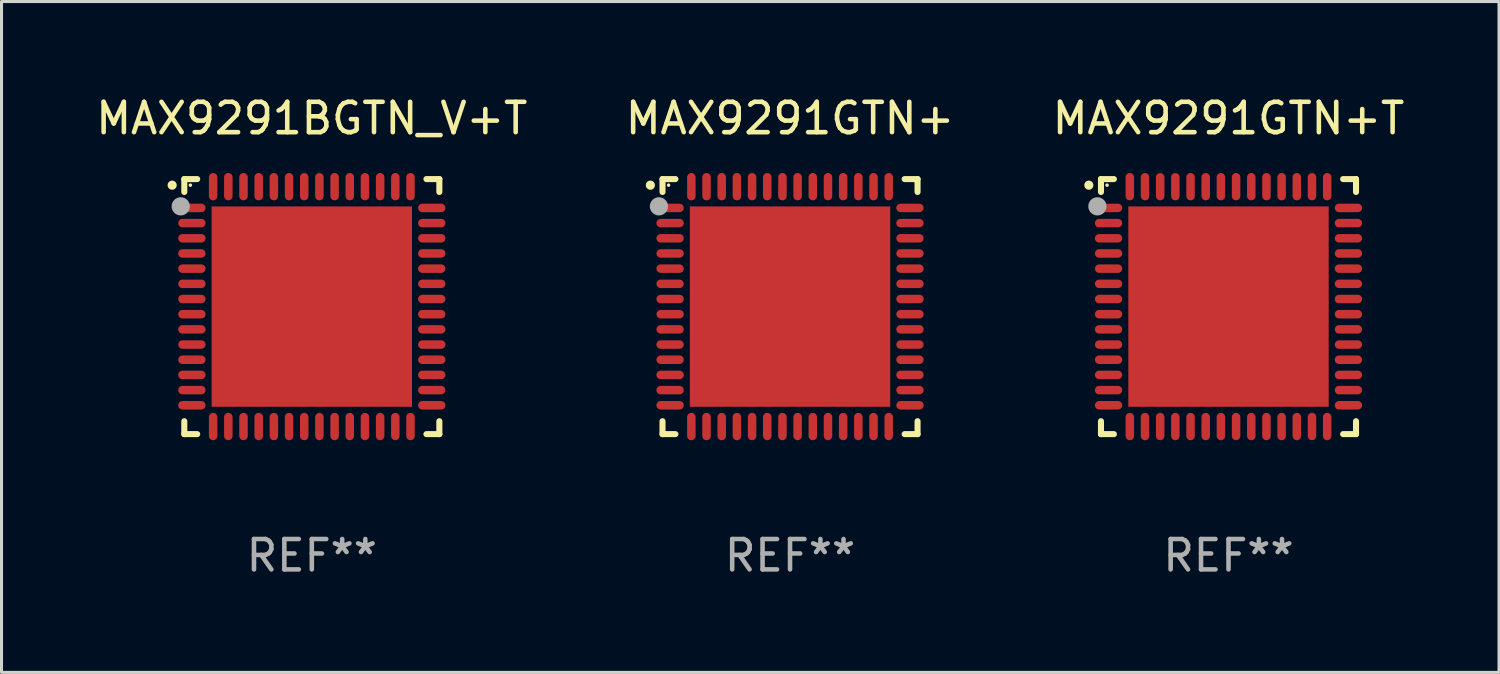
<source format=kicad_pcb>
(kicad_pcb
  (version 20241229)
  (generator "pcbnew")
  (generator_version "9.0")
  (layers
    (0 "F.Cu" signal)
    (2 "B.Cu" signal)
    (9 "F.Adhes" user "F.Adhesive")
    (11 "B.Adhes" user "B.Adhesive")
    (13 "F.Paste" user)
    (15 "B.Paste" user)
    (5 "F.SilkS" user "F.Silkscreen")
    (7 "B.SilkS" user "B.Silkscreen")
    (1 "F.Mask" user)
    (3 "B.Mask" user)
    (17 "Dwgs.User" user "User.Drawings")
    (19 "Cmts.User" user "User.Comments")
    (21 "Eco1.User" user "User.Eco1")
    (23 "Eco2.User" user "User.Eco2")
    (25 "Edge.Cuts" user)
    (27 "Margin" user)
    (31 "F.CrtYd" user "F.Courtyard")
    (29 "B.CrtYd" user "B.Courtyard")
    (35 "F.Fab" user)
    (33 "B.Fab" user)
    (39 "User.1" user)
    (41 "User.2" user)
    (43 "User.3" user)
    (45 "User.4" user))
  (footprint "MAX9291GTN+T"
    (layer "F.Cu")
    (at 37.411 7.048)
    (property "Reference" "MAX9291GTN+T" (at 0 -6.2 0) (layer "F.SilkS") (effects (font (size 1 1) (thickness 0.15))))
    (attr through_hole)
    (fp_line (start -4.2 -4.2) (end -3.775 -4.2) (stroke (width 0.2) (type solid)) (layer "F.SilkS"))
    (fp_line (start -4.2 -3.775) (end -4.2 -4.2) (stroke (width 0.2) (type solid)) (layer "F.SilkS"))
    (fp_line (start -4.2 3.775) (end -4.2 4.2) (stroke (width 0.2) (type solid)) (layer "F.SilkS"))
    (fp_line (start -4.2 4.2) (end -3.775 4.2) (stroke (width 0.2) (type solid)) (layer "F.SilkS"))
    (fp_line (start 3.775 4.2) (end 4.2 4.2) (stroke (width 0.2) (type solid)) (layer "F.SilkS"))
    (fp_line (start 4.2 -4.2) (end 3.775 -4.2) (stroke (width 0.2) (type solid)) (layer "F.SilkS"))
    (fp_line (start 4.2 -3.775) (end 4.2 -4.2) (stroke (width 0.2) (type solid)) (layer "F.SilkS"))
    (fp_line (start 4.2 4.2) (end 4.2 3.775) (stroke (width 0.2) (type solid)) (layer "F.SilkS"))
    (fp_arc (start -4.599949 -3.997968) (mid -4.599954 -3.999238) (end -4.599949 -4.000508) (stroke (width 0.3) (type solid)) (layer "F.SilkS"))
    (fp_circle (center -4 -4) (end -3.97 -4) (stroke (width 0.06) (type solid)) (fill no) (layer "F.SilkS"))
    (fp_circle (center -4.318 -3.302) (end -4.168 -3.302) (stroke (width 0.3) (type solid)) (fill no) (layer "F.Fab"))
    (fp_text user "REF**" (at 0 8.2 0) (layer "F.Fab") (effects (font (size 1 1) (thickness 0.15))))
    (pad "1" smd oval (at -3.95 -3.25 90) (size 0.28 0.9) (layers "F.Cu" "F.Mask" "F.Paste"))
    (pad "2" smd oval (at -3.95 -2.75 90) (size 0.28 0.9) (layers "F.Cu" "F.Mask" "F.Paste"))
    (pad "3" smd oval (at -3.95 -2.25 90) (size 0.28 0.9) (layers "F.Cu" "F.Mask" "F.Paste"))
    (pad "4" smd oval (at -3.95 -1.75 90) (size 0.28 0.9) (layers "F.Cu" "F.Mask" "F.Paste"))
    (pad "5" smd oval (at -3.95 -1.25 90) (size 0.28 0.9) (layers "F.Cu" "F.Mask" "F.Paste"))
    (pad "6" smd oval (at -3.95 -0.75 90) (size 0.28 0.9) (layers "F.Cu" "F.Mask" "F.Paste"))
    (pad "7" smd oval (at -3.95 -0.25 90) (size 0.28 0.9) (layers "F.Cu" "F.Mask" "F.Paste"))
    (pad "8" smd oval (at -3.95 0.25 90) (size 0.28 0.9) (layers "F.Cu" "F.Mask" "F.Paste"))
    (pad "9" smd oval (at -3.95 0.75 90) (size 0.28 0.9) (layers "F.Cu" "F.Mask" "F.Paste"))
    (pad "10" smd oval (at -3.95 1.25 90) (size 0.28 0.9) (layers "F.Cu" "F.Mask" "F.Paste"))
    (pad "11" smd oval (at -3.95 1.75 90) (size 0.28 0.9) (layers "F.Cu" "F.Mask" "F.Paste"))
    (pad "12" smd oval (at -3.95 2.25 90) (size 0.28 0.9) (layers "F.Cu" "F.Mask" "F.Paste"))
    (pad "13" smd oval (at -3.95 2.75 90) (size 0.28 0.9) (layers "F.Cu" "F.Mask" "F.Paste"))
    (pad "14" smd oval (at -3.95 3.25 90) (size 0.28 0.9) (layers "F.Cu" "F.Mask" "F.Paste"))
    (pad "15" smd oval (at -3.25 3.95) (size 0.28 0.9) (layers "F.Cu" "F.Mask" "F.Paste"))
    (pad "16" smd oval (at -2.75 3.95) (size 0.28 0.9) (layers "F.Cu" "F.Mask" "F.Paste"))
    (pad "17" smd oval (at -2.25 3.95) (size 0.28 0.9) (layers "F.Cu" "F.Mask" "F.Paste"))
    (pad "18" smd oval (at -1.75 3.95) (size 0.28 0.9) (layers "F.Cu" "F.Mask" "F.Paste"))
    (pad "19" smd oval (at -1.25 3.95) (size 0.28 0.9) (layers "F.Cu" "F.Mask" "F.Paste"))
    (pad "20" smd oval (at -0.75 3.95) (size 0.28 0.9) (layers "F.Cu" "F.Mask" "F.Paste"))
    (pad "21" smd oval (at -0.25 3.95) (size 0.28 0.9) (layers "F.Cu" "F.Mask" "F.Paste"))
    (pad "22" smd oval (at 0.25 3.95) (size 0.28 0.9) (layers "F.Cu" "F.Mask" "F.Paste"))
    (pad "23" smd oval (at 0.75 3.95) (size 0.28 0.9) (layers "F.Cu" "F.Mask" "F.Paste"))
    (pad "24" smd oval (at 1.25 3.95) (size 0.28 0.9) (layers "F.Cu" "F.Mask" "F.Paste"))
    (pad "25" smd oval (at 1.75 3.95) (size 0.28 0.9) (layers "F.Cu" "F.Mask" "F.Paste"))
    (pad "26" smd oval (at 2.25 3.95) (size 0.28 0.9) (layers "F.Cu" "F.Mask" "F.Paste"))
    (pad "27" smd oval (at 2.75 3.95) (size 0.28 0.9) (layers "F.Cu" "F.Mask" "F.Paste"))
    (pad "28" smd oval (at 3.25 3.95) (size 0.28 0.9) (layers "F.Cu" "F.Mask" "F.Paste"))
    (pad "29" smd oval (at 3.95 3.25 90) (size 0.28 0.9) (layers "F.Cu" "F.Mask" "F.Paste"))
    (pad "30" smd oval (at 3.95 2.75 90) (size 0.28 0.9) (layers "F.Cu" "F.Mask" "F.Paste"))
    (pad "31" smd oval (at 3.95 2.25 90) (size 0.28 0.9) (layers "F.Cu" "F.Mask" "F.Paste"))
    (pad "32" smd oval (at 3.95 1.75 90) (size 0.28 0.9) (layers "F.Cu" "F.Mask" "F.Paste"))
    (pad "33" smd oval (at 3.95 1.25 90) (size 0.28 0.9) (layers "F.Cu" "F.Mask" "F.Paste"))
    (pad "34" smd oval (at 3.95 0.75 90) (size 0.28 0.9) (layers "F.Cu" "F.Mask" "F.Paste"))
    (pad "35" smd oval (at 3.95 0.25 90) (size 0.28 0.9) (layers "F.Cu" "F.Mask" "F.Paste"))
    (pad "36" smd oval (at 3.95 -0.25 90) (size 0.28 0.9) (layers "F.Cu" "F.Mask" "F.Paste"))
    (pad "37" smd oval (at 3.95 -0.75 90) (size 0.28 0.9) (layers "F.Cu" "F.Mask" "F.Paste"))
    (pad "38" smd oval (at 3.95 -1.25 90) (size 0.28 0.9) (layers "F.Cu" "F.Mask" "F.Paste"))
    (pad "39" smd oval (at 3.95 -1.75 90) (size 0.28 0.9) (layers "F.Cu" "F.Mask" "F.Paste"))
    (pad "40" smd oval (at 3.95 -2.25 90) (size 0.28 0.9) (layers "F.Cu" "F.Mask" "F.Paste"))
    (pad "41" smd oval (at 3.95 -2.75 90) (size 0.28 0.9) (layers "F.Cu" "F.Mask" "F.Paste"))
    (pad "42" smd oval (at 3.95 -3.25 90) (size 0.28 0.9) (layers "F.Cu" "F.Mask" "F.Paste"))
    (pad "43" smd oval (at 3.25 -3.95) (size 0.28 0.9) (layers "F.Cu" "F.Mask" "F.Paste"))
    (pad "44" smd oval (at 2.75 -3.95) (size 0.28 0.9) (layers "F.Cu" "F.Mask" "F.Paste"))
    (pad "45" smd oval (at 2.25 -3.95) (size 0.28 0.9) (layers "F.Cu" "F.Mask" "F.Paste"))
    (pad "46" smd oval (at 1.75 -3.95) (size 0.28 0.9) (layers "F.Cu" "F.Mask" "F.Paste"))
    (pad "47" smd oval (at 1.25 -3.95) (size 0.28 0.9) (layers "F.Cu" "F.Mask" "F.Paste"))
    (pad "48" smd oval (at 0.75 -3.95) (size 0.28 0.9) (layers "F.Cu" "F.Mask" "F.Paste"))
    (pad "49" smd oval (at 0.25 -3.95) (size 0.28 0.9) (layers "F.Cu" "F.Mask" "F.Paste"))
    (pad "50" smd oval (at -0.25 -3.95) (size 0.28 0.9) (layers "F.Cu" "F.Mask" "F.Paste"))
    (pad "51" smd oval (at -0.75 -3.95) (size 0.28 0.9) (layers "F.Cu" "F.Mask" "F.Paste"))
    (pad "52" smd oval (at -1.25 -3.95) (size 0.28 0.9) (layers "F.Cu" "F.Mask" "F.Paste"))
    (pad "53" smd oval (at -1.75 -3.95) (size 0.28 0.9) (layers "F.Cu" "F.Mask" "F.Paste"))
    (pad "54" smd oval (at -2.25 -3.95) (size 0.28 0.9) (layers "F.Cu" "F.Mask" "F.Paste"))
    (pad "55" smd oval (at -2.75 -3.95) (size 0.28 0.9) (layers "F.Cu" "F.Mask" "F.Paste"))
    (pad "56" smd oval (at -3.25 -3.95) (size 0.28 0.9) (layers "F.Cu" "F.Mask" "F.Paste"))
    (pad "57" smd rect (at 0 0.000051) (size 6.6 6.6) (layers "F.Cu" "F.Mask" "F.Paste")))
  (footprint "MAX9291BGTN_V+T"
    (layer "F.Cu")
    (at 7.22 7.048)
    (property "Reference" "MAX9291BGTN_V+T" (at 0 -6.2 0) (layer "F.SilkS") (effects (font (size 1 1) (thickness 0.15))))
    (attr through_hole)
    (fp_line (start -4.2 -4.2) (end -3.775 -4.2) (stroke (width 0.2) (type solid)) (layer "F.SilkS"))
    (fp_line (start -4.2 -3.775) (end -4.2 -4.2) (stroke (width 0.2) (type solid)) (layer "F.SilkS"))
    (fp_line (start -4.2 3.775) (end -4.2 4.2) (stroke (width 0.2) (type solid)) (layer "F.SilkS"))
    (fp_line (start -4.2 4.2) (end -3.775 4.2) (stroke (width 0.2) (type solid)) (layer "F.SilkS"))
    (fp_line (start 3.775 4.2) (end 4.2 4.2) (stroke (width 0.2) (type solid)) (layer "F.SilkS"))
    (fp_line (start 4.2 -4.2) (end 3.775 -4.2) (stroke (width 0.2) (type solid)) (layer "F.SilkS"))
    (fp_line (start 4.2 -3.775) (end 4.2 -4.2) (stroke (width 0.2) (type solid)) (layer "F.SilkS"))
    (fp_line (start 4.2 4.2) (end 4.2 3.775) (stroke (width 0.2) (type solid)) (layer "F.SilkS"))
    (fp_arc (start -4.599949 -3.997968) (mid -4.599954 -3.999238) (end -4.599949 -4.000508) (stroke (width 0.3) (type solid)) (layer "F.SilkS"))
    (fp_circle (center -4 -4) (end -3.97 -4) (stroke (width 0.06) (type solid)) (fill no) (layer "F.SilkS"))
    (fp_circle (center -4.318 -3.302) (end -4.168 -3.302) (stroke (width 0.3) (type solid)) (fill no) (layer "F.Fab"))
    (fp_text user "REF**" (at 0 8.2 0) (layer "F.Fab") (effects (font (size 1 1) (thickness 0.15))))
    (pad "1" smd oval (at -3.95 -3.25 90) (size 0.28 0.9) (layers "F.Cu" "F.Mask" "F.Paste"))
    (pad "2" smd oval (at -3.95 -2.75 90) (size 0.28 0.9) (layers "F.Cu" "F.Mask" "F.Paste"))
    (pad "3" smd oval (at -3.95 -2.25 90) (size 0.28 0.9) (layers "F.Cu" "F.Mask" "F.Paste"))
    (pad "4" smd oval (at -3.95 -1.75 90) (size 0.28 0.9) (layers "F.Cu" "F.Mask" "F.Paste"))
    (pad "5" smd oval (at -3.95 -1.25 90) (size 0.28 0.9) (layers "F.Cu" "F.Mask" "F.Paste"))
    (pad "6" smd oval (at -3.95 -0.75 90) (size 0.28 0.9) (layers "F.Cu" "F.Mask" "F.Paste"))
    (pad "7" smd oval (at -3.95 -0.25 90) (size 0.28 0.9) (layers "F.Cu" "F.Mask" "F.Paste"))
    (pad "8" smd oval (at -3.95 0.25 90) (size 0.28 0.9) (layers "F.Cu" "F.Mask" "F.Paste"))
    (pad "9" smd oval (at -3.95 0.75 90) (size 0.28 0.9) (layers "F.Cu" "F.Mask" "F.Paste"))
    (pad "10" smd oval (at -3.95 1.25 90) (size 0.28 0.9) (layers "F.Cu" "F.Mask" "F.Paste"))
    (pad "11" smd oval (at -3.95 1.75 90) (size 0.28 0.9) (layers "F.Cu" "F.Mask" "F.Paste"))
    (pad "12" smd oval (at -3.95 2.25 90) (size 0.28 0.9) (layers "F.Cu" "F.Mask" "F.Paste"))
    (pad "13" smd oval (at -3.95 2.75 90) (size 0.28 0.9) (layers "F.Cu" "F.Mask" "F.Paste"))
    (pad "14" smd oval (at -3.95 3.25 90) (size 0.28 0.9) (layers "F.Cu" "F.Mask" "F.Paste"))
    (pad "15" smd oval (at -3.25 3.95) (size 0.28 0.9) (layers "F.Cu" "F.Mask" "F.Paste"))
    (pad "16" smd oval (at -2.75 3.95) (size 0.28 0.9) (layers "F.Cu" "F.Mask" "F.Paste"))
    (pad "17" smd oval (at -2.25 3.95) (size 0.28 0.9) (layers "F.Cu" "F.Mask" "F.Paste"))
    (pad "18" smd oval (at -1.75 3.95) (size 0.28 0.9) (layers "F.Cu" "F.Mask" "F.Paste"))
    (pad "19" smd oval (at -1.25 3.95) (size 0.28 0.9) (layers "F.Cu" "F.Mask" "F.Paste"))
    (pad "20" smd oval (at -0.75 3.95) (size 0.28 0.9) (layers "F.Cu" "F.Mask" "F.Paste"))
    (pad "21" smd oval (at -0.25 3.95) (size 0.28 0.9) (layers "F.Cu" "F.Mask" "F.Paste"))
    (pad "22" smd oval (at 0.25 3.95) (size 0.28 0.9) (layers "F.Cu" "F.Mask" "F.Paste"))
    (pad "23" smd oval (at 0.75 3.95) (size 0.28 0.9) (layers "F.Cu" "F.Mask" "F.Paste"))
    (pad "24" smd oval (at 1.25 3.95) (size 0.28 0.9) (layers "F.Cu" "F.Mask" "F.Paste"))
    (pad "25" smd oval (at 1.75 3.95) (size 0.28 0.9) (layers "F.Cu" "F.Mask" "F.Paste"))
    (pad "26" smd oval (at 2.25 3.95) (size 0.28 0.9) (layers "F.Cu" "F.Mask" "F.Paste"))
    (pad "27" smd oval (at 2.75 3.95) (size 0.28 0.9) (layers "F.Cu" "F.Mask" "F.Paste"))
    (pad "28" smd oval (at 3.25 3.95) (size 0.28 0.9) (layers "F.Cu" "F.Mask" "F.Paste"))
    (pad "29" smd oval (at 3.95 3.25 90) (size 0.28 0.9) (layers "F.Cu" "F.Mask" "F.Paste"))
    (pad "30" smd oval (at 3.95 2.75 90) (size 0.28 0.9) (layers "F.Cu" "F.Mask" "F.Paste"))
    (pad "31" smd oval (at 3.95 2.25 90) (size 0.28 0.9) (layers "F.Cu" "F.Mask" "F.Paste"))
    (pad "32" smd oval (at 3.95 1.75 90) (size 0.28 0.9) (layers "F.Cu" "F.Mask" "F.Paste"))
    (pad "33" smd oval (at 3.95 1.25 90) (size 0.28 0.9) (layers "F.Cu" "F.Mask" "F.Paste"))
    (pad "34" smd oval (at 3.95 0.75 90) (size 0.28 0.9) (layers "F.Cu" "F.Mask" "F.Paste"))
    (pad "35" smd oval (at 3.95 0.25 90) (size 0.28 0.9) (layers "F.Cu" "F.Mask" "F.Paste"))
    (pad "36" smd oval (at 3.95 -0.25 90) (size 0.28 0.9) (layers "F.Cu" "F.Mask" "F.Paste"))
    (pad "37" smd oval (at 3.95 -0.75 90) (size 0.28 0.9) (layers "F.Cu" "F.Mask" "F.Paste"))
    (pad "38" smd oval (at 3.95 -1.25 90) (size 0.28 0.9) (layers "F.Cu" "F.Mask" "F.Paste"))
    (pad "39" smd oval (at 3.95 -1.75 90) (size 0.28 0.9) (layers "F.Cu" "F.Mask" "F.Paste"))
    (pad "40" smd oval (at 3.95 -2.25 90) (size 0.28 0.9) (layers "F.Cu" "F.Mask" "F.Paste"))
    (pad "41" smd oval (at 3.95 -2.75 90) (size 0.28 0.9) (layers "F.Cu" "F.Mask" "F.Paste"))
    (pad "42" smd oval (at 3.95 -3.25 90) (size 0.28 0.9) (layers "F.Cu" "F.Mask" "F.Paste"))
    (pad "43" smd oval (at 3.25 -3.95) (size 0.28 0.9) (layers "F.Cu" "F.Mask" "F.Paste"))
    (pad "44" smd oval (at 2.75 -3.95) (size 0.28 0.9) (layers "F.Cu" "F.Mask" "F.Paste"))
    (pad "45" smd oval (at 2.25 -3.95) (size 0.28 0.9) (layers "F.Cu" "F.Mask" "F.Paste"))
    (pad "46" smd oval (at 1.75 -3.95) (size 0.28 0.9) (layers "F.Cu" "F.Mask" "F.Paste"))
    (pad "47" smd oval (at 1.25 -3.95) (size 0.28 0.9) (layers "F.Cu" "F.Mask" "F.Paste"))
    (pad "48" smd oval (at 0.75 -3.95) (size 0.28 0.9) (layers "F.Cu" "F.Mask" "F.Paste"))
    (pad "49" smd oval (at 0.25 -3.95) (size 0.28 0.9) (layers "F.Cu" "F.Mask" "F.Paste"))
    (pad "50" smd oval (at -0.25 -3.95) (size 0.28 0.9) (layers "F.Cu" "F.Mask" "F.Paste"))
    (pad "51" smd oval (at -0.75 -3.95) (size 0.28 0.9) (layers "F.Cu" "F.Mask" "F.Paste"))
    (pad "52" smd oval (at -1.25 -3.95) (size 0.28 0.9) (layers "F.Cu" "F.Mask" "F.Paste"))
    (pad "53" smd oval (at -1.75 -3.95) (size 0.28 0.9) (layers "F.Cu" "F.Mask" "F.Paste"))
    (pad "54" smd oval (at -2.25 -3.95) (size 0.28 0.9) (layers "F.Cu" "F.Mask" "F.Paste"))
    (pad "55" smd oval (at -2.75 -3.95) (size 0.28 0.9) (layers "F.Cu" "F.Mask" "F.Paste"))
    (pad "56" smd oval (at -3.25 -3.95) (size 0.28 0.9) (layers "F.Cu" "F.Mask" "F.Paste"))
    (pad "57" smd rect (at 0 0.000051) (size 6.6 6.6) (layers "F.Cu" "F.Mask" "F.Paste")))
  (footprint "MAX9291GTN+"
    (layer "F.Cu")
    (at 22.97 7.048)
    (property "Reference" "MAX9291GTN+" (at 0 -6.2 0) (layer "F.SilkS") (effects (font (size 1 1) (thickness 0.15))))
    (attr through_hole)
    (fp_line (start -4.2 -4.2) (end -3.775 -4.2) (stroke (width 0.2) (type solid)) (layer "F.SilkS"))
    (fp_line (start -4.2 -3.775) (end -4.2 -4.2) (stroke (width 0.2) (type solid)) (layer "F.SilkS"))
    (fp_line (start -4.2 3.775) (end -4.2 4.2) (stroke (width 0.2) (type solid)) (layer "F.SilkS"))
    (fp_line (start -4.2 4.2) (end -3.775 4.2) (stroke (width 0.2) (type solid)) (layer "F.SilkS"))
    (fp_line (start 3.775 4.2) (end 4.2 4.2) (stroke (width 0.2) (type solid)) (layer "F.SilkS"))
    (fp_line (start 4.2 -4.2) (end 3.775 -4.2) (stroke (width 0.2) (type solid)) (layer "F.SilkS"))
    (fp_line (start 4.2 -3.775) (end 4.2 -4.2) (stroke (width 0.2) (type solid)) (layer "F.SilkS"))
    (fp_line (start 4.2 4.2) (end 4.2 3.775) (stroke (width 0.2) (type solid)) (layer "F.SilkS"))
    (fp_arc (start -4.599949 -3.997968) (mid -4.599954 -3.999238) (end -4.599949 -4.000508) (stroke (width 0.3) (type solid)) (layer "F.SilkS"))
    (fp_circle (center -4 -4) (end -3.97 -4) (stroke (width 0.06) (type solid)) (fill no) (layer "F.SilkS"))
    (fp_circle (center -4.318 -3.302) (end -4.168 -3.302) (stroke (width 0.3) (type solid)) (fill no) (layer "F.Fab"))
    (fp_text user "REF**" (at 0 8.2 0) (layer "F.Fab") (effects (font (size 1 1) (thickness 0.15))))
    (pad "1" smd oval (at -3.95 -3.25 90) (size 0.28 0.9) (layers "F.Cu" "F.Mask" "F.Paste"))
    (pad "2" smd oval (at -3.95 -2.75 90) (size 0.28 0.9) (layers "F.Cu" "F.Mask" "F.Paste"))
    (pad "3" smd oval (at -3.95 -2.25 90) (size 0.28 0.9) (layers "F.Cu" "F.Mask" "F.Paste"))
    (pad "4" smd oval (at -3.95 -1.75 90) (size 0.28 0.9) (layers "F.Cu" "F.Mask" "F.Paste"))
    (pad "5" smd oval (at -3.95 -1.25 90) (size 0.28 0.9) (layers "F.Cu" "F.Mask" "F.Paste"))
    (pad "6" smd oval (at -3.95 -0.75 90) (size 0.28 0.9) (layers "F.Cu" "F.Mask" "F.Paste"))
    (pad "7" smd oval (at -3.95 -0.25 90) (size 0.28 0.9) (layers "F.Cu" "F.Mask" "F.Paste"))
    (pad "8" smd oval (at -3.95 0.25 90) (size 0.28 0.9) (layers "F.Cu" "F.Mask" "F.Paste"))
    (pad "9" smd oval (at -3.95 0.75 90) (size 0.28 0.9) (layers "F.Cu" "F.Mask" "F.Paste"))
    (pad "10" smd oval (at -3.95 1.25 90) (size 0.28 0.9) (layers "F.Cu" "F.Mask" "F.Paste"))
    (pad "11" smd oval (at -3.95 1.75 90) (size 0.28 0.9) (layers "F.Cu" "F.Mask" "F.Paste"))
    (pad "12" smd oval (at -3.95 2.25 90) (size 0.28 0.9) (layers "F.Cu" "F.Mask" "F.Paste"))
    (pad "13" smd oval (at -3.95 2.75 90) (size 0.28 0.9) (layers "F.Cu" "F.Mask" "F.Paste"))
    (pad "14" smd oval (at -3.95 3.25 90) (size 0.28 0.9) (layers "F.Cu" "F.Mask" "F.Paste"))
    (pad "15" smd oval (at -3.25 3.95) (size 0.28 0.9) (layers "F.Cu" "F.Mask" "F.Paste"))
    (pad "16" smd oval (at -2.75 3.95) (size 0.28 0.9) (layers "F.Cu" "F.Mask" "F.Paste"))
    (pad "17" smd oval (at -2.25 3.95) (size 0.28 0.9) (layers "F.Cu" "F.Mask" "F.Paste"))
    (pad "18" smd oval (at -1.75 3.95) (size 0.28 0.9) (layers "F.Cu" "F.Mask" "F.Paste"))
    (pad "19" smd oval (at -1.25 3.95) (size 0.28 0.9) (layers "F.Cu" "F.Mask" "F.Paste"))
    (pad "20" smd oval (at -0.75 3.95) (size 0.28 0.9) (layers "F.Cu" "F.Mask" "F.Paste"))
    (pad "21" smd oval (at -0.25 3.95) (size 0.28 0.9) (layers "F.Cu" "F.Mask" "F.Paste"))
    (pad "22" smd oval (at 0.25 3.95) (size 0.28 0.9) (layers "F.Cu" "F.Mask" "F.Paste"))
    (pad "23" smd oval (at 0.75 3.95) (size 0.28 0.9) (layers "F.Cu" "F.Mask" "F.Paste"))
    (pad "24" smd oval (at 1.25 3.95) (size 0.28 0.9) (layers "F.Cu" "F.Mask" "F.Paste"))
    (pad "25" smd oval (at 1.75 3.95) (size 0.28 0.9) (layers "F.Cu" "F.Mask" "F.Paste"))
    (pad "26" smd oval (at 2.25 3.95) (size 0.28 0.9) (layers "F.Cu" "F.Mask" "F.Paste"))
    (pad "27" smd oval (at 2.75 3.95) (size 0.28 0.9) (layers "F.Cu" "F.Mask" "F.Paste"))
    (pad "28" smd oval (at 3.25 3.95) (size 0.28 0.9) (layers "F.Cu" "F.Mask" "F.Paste"))
    (pad "29" smd oval (at 3.95 3.25 90) (size 0.28 0.9) (layers "F.Cu" "F.Mask" "F.Paste"))
    (pad "30" smd oval (at 3.95 2.75 90) (size 0.28 0.9) (layers "F.Cu" "F.Mask" "F.Paste"))
    (pad "31" smd oval (at 3.95 2.25 90) (size 0.28 0.9) (layers "F.Cu" "F.Mask" "F.Paste"))
    (pad "32" smd oval (at 3.95 1.75 90) (size 0.28 0.9) (layers "F.Cu" "F.Mask" "F.Paste"))
    (pad "33" smd oval (at 3.95 1.25 90) (size 0.28 0.9) (layers "F.Cu" "F.Mask" "F.Paste"))
    (pad "34" smd oval (at 3.95 0.75 90) (size 0.28 0.9) (layers "F.Cu" "F.Mask" "F.Paste"))
    (pad "35" smd oval (at 3.95 0.25 90) (size 0.28 0.9) (layers "F.Cu" "F.Mask" "F.Paste"))
    (pad "36" smd oval (at 3.95 -0.25 90) (size 0.28 0.9) (layers "F.Cu" "F.Mask" "F.Paste"))
    (pad "37" smd oval (at 3.95 -0.75 90) (size 0.28 0.9) (layers "F.Cu" "F.Mask" "F.Paste"))
    (pad "38" smd oval (at 3.95 -1.25 90) (size 0.28 0.9) (layers "F.Cu" "F.Mask" "F.Paste"))
    (pad "39" smd oval (at 3.95 -1.75 90) (size 0.28 0.9) (layers "F.Cu" "F.Mask" "F.Paste"))
    (pad "40" smd oval (at 3.95 -2.25 90) (size 0.28 0.9) (layers "F.Cu" "F.Mask" "F.Paste"))
    (pad "41" smd oval (at 3.95 -2.75 90) (size 0.28 0.9) (layers "F.Cu" "F.Mask" "F.Paste"))
    (pad "42" smd oval (at 3.95 -3.25 90) (size 0.28 0.9) (layers "F.Cu" "F.Mask" "F.Paste"))
    (pad "43" smd oval (at 3.25 -3.95) (size 0.28 0.9) (layers "F.Cu" "F.Mask" "F.Paste"))
    (pad "44" smd oval (at 2.75 -3.95) (size 0.28 0.9) (layers "F.Cu" "F.Mask" "F.Paste"))
    (pad "45" smd oval (at 2.25 -3.95) (size 0.28 0.9) (layers "F.Cu" "F.Mask" "F.Paste"))
    (pad "46" smd oval (at 1.75 -3.95) (size 0.28 0.9) (layers "F.Cu" "F.Mask" "F.Paste"))
    (pad "47" smd oval (at 1.25 -3.95) (size 0.28 0.9) (layers "F.Cu" "F.Mask" "F.Paste"))
    (pad "48" smd oval (at 0.75 -3.95) (size 0.28 0.9) (layers "F.Cu" "F.Mask" "F.Paste"))
    (pad "49" smd oval (at 0.25 -3.95) (size 0.28 0.9) (layers "F.Cu" "F.Mask" "F.Paste"))
    (pad "50" smd oval (at -0.25 -3.95) (size 0.28 0.9) (layers "F.Cu" "F.Mask" "F.Paste"))
    (pad "51" smd oval (at -0.75 -3.95) (size 0.28 0.9) (layers "F.Cu" "F.Mask" "F.Paste"))
    (pad "52" smd oval (at -1.25 -3.95) (size 0.28 0.9) (layers "F.Cu" "F.Mask" "F.Paste"))
    (pad "53" smd oval (at -1.75 -3.95) (size 0.28 0.9) (layers "F.Cu" "F.Mask" "F.Paste"))
    (pad "54" smd oval (at -2.25 -3.95) (size 0.28 0.9) (layers "F.Cu" "F.Mask" "F.Paste"))
    (pad "55" smd oval (at -2.75 -3.95) (size 0.28 0.9) (layers "F.Cu" "F.Mask" "F.Paste"))
    (pad "56" smd oval (at -3.25 -3.95) (size 0.28 0.9) (layers "F.Cu" "F.Mask" "F.Paste"))
    (pad "57" smd rect (at 0 0.000051) (size 6.6 6.6) (layers "F.Cu" "F.Mask" "F.Paste")))
  (gr_rect
    (start -3 -3)
    (end 46.321 19.096)
    (stroke (width 0.1) (type default))
    (fill no)
    (layer "Edge.Cuts")))
</source>
